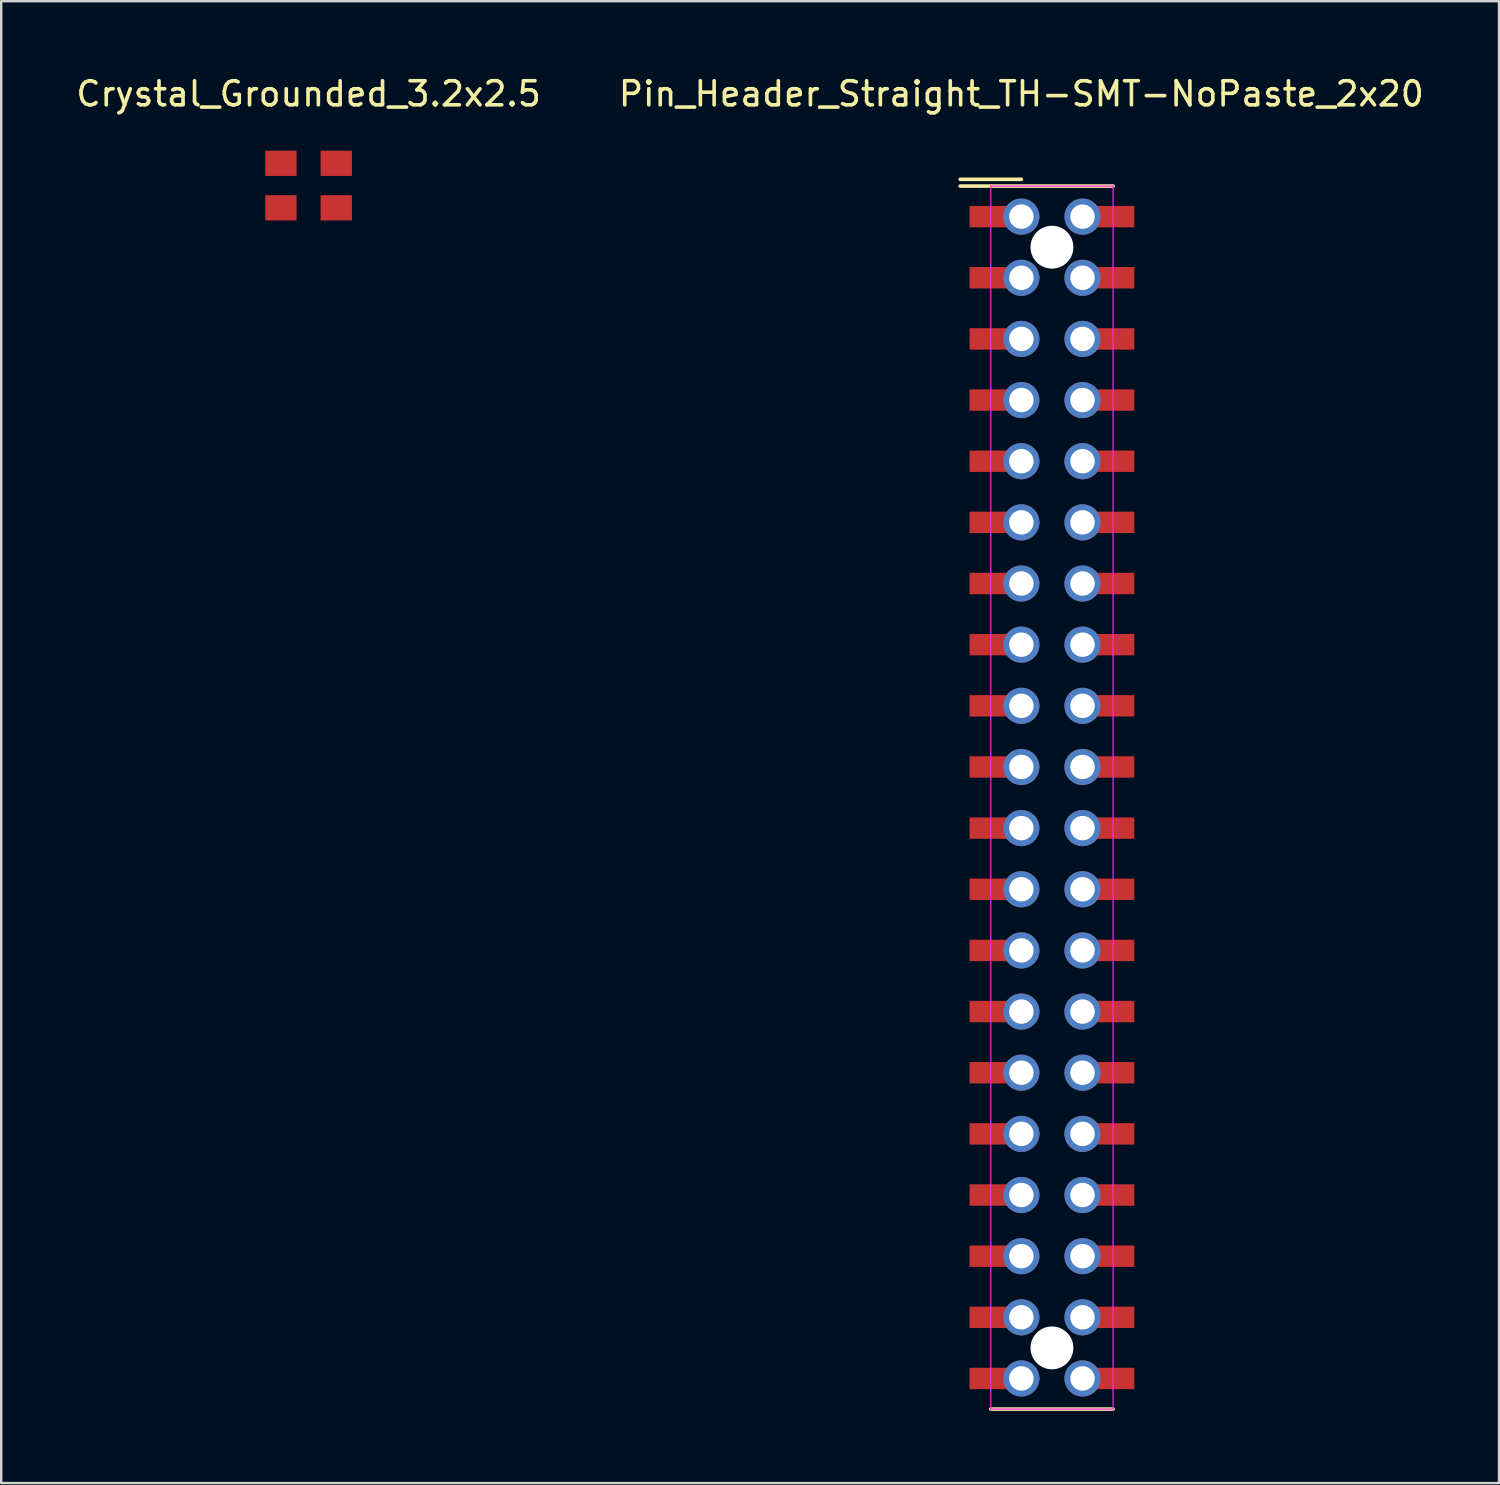
<source format=kicad_pcb>
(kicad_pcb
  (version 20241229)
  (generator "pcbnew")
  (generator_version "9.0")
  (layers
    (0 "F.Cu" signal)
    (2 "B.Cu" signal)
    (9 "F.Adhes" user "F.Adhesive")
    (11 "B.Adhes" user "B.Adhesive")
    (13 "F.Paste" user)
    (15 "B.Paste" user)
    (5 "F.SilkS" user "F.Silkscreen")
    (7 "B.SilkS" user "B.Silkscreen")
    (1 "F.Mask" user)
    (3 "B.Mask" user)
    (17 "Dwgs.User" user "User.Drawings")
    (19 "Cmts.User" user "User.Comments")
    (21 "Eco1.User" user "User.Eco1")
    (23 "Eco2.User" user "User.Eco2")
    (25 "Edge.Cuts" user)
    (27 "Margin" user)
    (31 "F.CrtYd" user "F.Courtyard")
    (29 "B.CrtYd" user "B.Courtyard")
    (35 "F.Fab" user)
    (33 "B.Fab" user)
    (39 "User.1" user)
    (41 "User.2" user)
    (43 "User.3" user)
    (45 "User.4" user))
  (footprint "Pin_Header_Straight_TH-SMT-NoPaste_2x20"
    (layer "F.Cu")
    (at 39.375 5.948)
    (property "Reference" "Pin_Header_Straight_TH-SMT-NoPaste_2x20" (at 0 -5.1 0) (layer "F.SilkS") (effects (font (size 1 1) (thickness 0.15))))
    (attr through_hole)
    (fp_line (start 0 -1.55) (end -2.54 -1.55) (stroke (width 0.15) (type solid)) (layer "F.SilkS"))
    (fp_line (start 3.81 -1.27) (end -2.54 -1.27) (stroke (width 0.15) (type solid)) (layer "F.SilkS"))
    (fp_line (start 3.81 49.53) (end -1.27 49.53) (stroke (width 0.15) (type solid)) (layer "F.SilkS"))
    (fp_line (start -1.27 -1.27) (end -1.27 49.53) (stroke (width 0.05) (type solid)) (layer "F.CrtYd"))
    (fp_line (start -1.27 -1.27) (end 3.81 -1.27) (stroke (width 0.05) (type solid)) (layer "F.CrtYd"))
    (fp_line (start -1.27 49.53) (end 3.81 49.53) (stroke (width 0.05) (type solid)) (layer "F.CrtYd"))
    (fp_line (start 3.81 -1.27) (end 3.81 49.53) (stroke (width 0.05) (type solid)) (layer "F.CrtYd"))
    (pad "" np_thru_hole circle (at 1.27 1.27) (size 1.78 1.78) (drill 1.78) (layers "*.Cu"))
    (pad "" np_thru_hole circle (at 1.27 46.99) (size 1.78 1.78) (drill 1.78) (layers "*.Cu"))
    (pad "1" smd rect (at -1.31 0) (size 1.68 0.889) (layers "F.Cu" "F.Mask"))
    (pad "1" thru_hole circle (at 0 0) (size 1.5 1.5) (drill 1.016) (layers "*.Cu" "*.Mask"))
    (pad "2" thru_hole circle (at 2.54 0) (size 1.5 1.5) (drill 1.016) (layers "*.Cu" "*.Mask"))
    (pad "2" smd rect (at 3.85 0) (size 1.68 0.889) (layers "F.Cu" "F.Mask"))
    (pad "3" smd rect (at -1.31 2.54) (size 1.68 0.889) (layers "F.Cu" "F.Mask"))
    (pad "3" thru_hole circle (at 0 2.54) (size 1.5 1.5) (drill 1.016) (layers "*.Cu" "*.Mask"))
    (pad "4" thru_hole circle (at 2.54 2.54) (size 1.5 1.5) (drill 1.016) (layers "*.Cu" "*.Mask"))
    (pad "4" smd rect (at 3.85 2.54) (size 1.68 0.889) (layers "F.Cu" "F.Mask"))
    (pad "5" smd rect (at -1.31 5.08) (size 1.68 0.889) (layers "F.Cu" "F.Mask"))
    (pad "5" thru_hole circle (at 0 5.08) (size 1.5 1.5) (drill 1.016) (layers "*.Cu" "*.Mask"))
    (pad "6" thru_hole circle (at 2.54 5.08) (size 1.5 1.5) (drill 1.016) (layers "*.Cu" "*.Mask"))
    (pad "6" smd rect (at 3.85 5.08) (size 1.68 0.889) (layers "F.Cu" "F.Mask"))
    (pad "7" smd rect (at -1.31 7.62) (size 1.68 0.889) (layers "F.Cu" "F.Mask"))
    (pad "7" thru_hole circle (at 0 7.62) (size 1.5 1.5) (drill 1.016) (layers "*.Cu" "*.Mask"))
    (pad "8" thru_hole circle (at 2.54 7.62) (size 1.5 1.5) (drill 1.016) (layers "*.Cu" "*.Mask"))
    (pad "8" smd rect (at 3.85 7.62) (size 1.68 0.889) (layers "F.Cu" "F.Mask"))
    (pad "9" smd rect (at -1.31 10.16) (size 1.68 0.889) (layers "F.Cu" "F.Mask"))
    (pad "9" thru_hole circle (at 0 10.16) (size 1.5 1.5) (drill 1.016) (layers "*.Cu" "*.Mask"))
    (pad "10" thru_hole circle (at 2.54 10.16) (size 1.5 1.5) (drill 1.016) (layers "*.Cu" "*.Mask"))
    (pad "10" smd rect (at 3.85 10.16) (size 1.68 0.889) (layers "F.Cu" "F.Mask"))
    (pad "11" smd rect (at -1.31 12.7) (size 1.68 0.889) (layers "F.Cu" "F.Mask"))
    (pad "11" thru_hole circle (at 0 12.7) (size 1.5 1.5) (drill 1.016) (layers "*.Cu" "*.Mask"))
    (pad "12" thru_hole circle (at 2.54 12.7) (size 1.5 1.5) (drill 1.016) (layers "*.Cu" "*.Mask"))
    (pad "12" smd rect (at 3.85 12.7) (size 1.68 0.889) (layers "F.Cu" "F.Mask"))
    (pad "13" smd rect (at -1.31 15.24) (size 1.68 0.889) (layers "F.Cu" "F.Mask"))
    (pad "13" thru_hole circle (at 0 15.24) (size 1.5 1.5) (drill 1.016) (layers "*.Cu" "*.Mask"))
    (pad "14" thru_hole circle (at 2.54 15.24) (size 1.5 1.5) (drill 1.016) (layers "*.Cu" "*.Mask"))
    (pad "14" smd rect (at 3.85 15.24) (size 1.68 0.889) (layers "F.Cu" "F.Mask"))
    (pad "15" smd rect (at -1.31 17.78) (size 1.68 0.889) (layers "F.Cu" "F.Mask"))
    (pad "15" thru_hole circle (at 0 17.78) (size 1.5 1.5) (drill 1.016) (layers "*.Cu" "*.Mask"))
    (pad "16" thru_hole circle (at 2.54 17.78) (size 1.5 1.5) (drill 1.016) (layers "*.Cu" "*.Mask"))
    (pad "16" smd rect (at 3.85 17.78) (size 1.68 0.889) (layers "F.Cu" "F.Mask"))
    (pad "17" smd rect (at -1.31 20.32) (size 1.68 0.889) (layers "F.Cu" "F.Mask"))
    (pad "17" thru_hole circle (at 0 20.32) (size 1.5 1.5) (drill 1.016) (layers "*.Cu" "*.Mask"))
    (pad "18" thru_hole circle (at 2.54 20.32) (size 1.5 1.5) (drill 1.016) (layers "*.Cu" "*.Mask"))
    (pad "18" smd rect (at 3.85 20.32) (size 1.68 0.889) (layers "F.Cu" "F.Mask"))
    (pad "19" smd rect (at -1.31 22.86) (size 1.68 0.889) (layers "F.Cu" "F.Mask"))
    (pad "19" thru_hole circle (at 0 22.86) (size 1.5 1.5) (drill 1.016) (layers "*.Cu" "*.Mask"))
    (pad "20" thru_hole circle (at 2.54 22.86) (size 1.5 1.5) (drill 1.016) (layers "*.Cu" "*.Mask"))
    (pad "20" smd rect (at 3.85 22.86) (size 1.68 0.889) (layers "F.Cu" "F.Mask"))
    (pad "21" smd rect (at -1.31 25.4) (size 1.68 0.889) (layers "F.Cu" "F.Mask"))
    (pad "21" thru_hole circle (at 0 25.4) (size 1.5 1.5) (drill 1.016) (layers "*.Cu" "*.Mask"))
    (pad "22" thru_hole circle (at 2.54 25.4) (size 1.5 1.5) (drill 1.016) (layers "*.Cu" "*.Mask"))
    (pad "22" smd rect (at 3.85 25.4) (size 1.68 0.889) (layers "F.Cu" "F.Mask"))
    (pad "23" smd rect (at -1.31 27.94) (size 1.68 0.889) (layers "F.Cu" "F.Mask"))
    (pad "23" thru_hole circle (at 0 27.94) (size 1.5 1.5) (drill 1.016) (layers "*.Cu" "*.Mask"))
    (pad "24" thru_hole circle (at 2.54 27.94) (size 1.5 1.5) (drill 1.016) (layers "*.Cu" "*.Mask"))
    (pad "24" smd rect (at 3.85 27.94) (size 1.68 0.889) (layers "F.Cu" "F.Mask"))
    (pad "25" smd rect (at -1.31 30.48) (size 1.68 0.889) (layers "F.Cu" "F.Mask"))
    (pad "25" thru_hole circle (at 0 30.48) (size 1.5 1.5) (drill 1.016) (layers "*.Cu" "*.Mask"))
    (pad "26" thru_hole circle (at 2.54 30.48) (size 1.5 1.5) (drill 1.016) (layers "*.Cu" "*.Mask"))
    (pad "26" smd rect (at 3.85 30.48) (size 1.68 0.889) (layers "F.Cu" "F.Mask"))
    (pad "27" smd rect (at -1.31 33.02) (size 1.68 0.889) (layers "F.Cu" "F.Mask"))
    (pad "27" thru_hole circle (at 0 33.02) (size 1.5 1.5) (drill 1.016) (layers "*.Cu" "*.Mask"))
    (pad "28" thru_hole circle (at 2.54 33.02) (size 1.5 1.5) (drill 1.016) (layers "*.Cu" "*.Mask"))
    (pad "28" smd rect (at 3.85 33.02) (size 1.68 0.889) (layers "F.Cu" "F.Mask"))
    (pad "29" smd rect (at -1.31 35.56) (size 1.68 0.889) (layers "F.Cu" "F.Mask"))
    (pad "29" thru_hole circle (at 0 35.56) (size 1.5 1.5) (drill 1.016) (layers "*.Cu" "*.Mask"))
    (pad "30" thru_hole circle (at 2.54 35.56) (size 1.5 1.5) (drill 1.016) (layers "*.Cu" "*.Mask"))
    (pad "30" smd rect (at 3.85 35.56) (size 1.68 0.889) (layers "F.Cu" "F.Mask"))
    (pad "31" smd rect (at -1.31 38.1) (size 1.68 0.889) (layers "F.Cu" "F.Mask"))
    (pad "31" thru_hole circle (at 0 38.1) (size 1.5 1.5) (drill 1.016) (layers "*.Cu" "*.Mask"))
    (pad "32" thru_hole circle (at 2.54 38.1) (size 1.5 1.5) (drill 1.016) (layers "*.Cu" "*.Mask"))
    (pad "32" smd rect (at 3.85 38.1) (size 1.68 0.889) (layers "F.Cu" "F.Mask"))
    (pad "33" smd rect (at -1.31 40.64) (size 1.68 0.889) (layers "F.Cu" "F.Mask"))
    (pad "33" thru_hole circle (at 0 40.64) (size 1.5 1.5) (drill 1.016) (layers "*.Cu" "*.Mask"))
    (pad "34" thru_hole circle (at 2.54 40.64) (size 1.5 1.5) (drill 1.016) (layers "*.Cu" "*.Mask"))
    (pad "34" smd rect (at 3.85 40.64) (size 1.68 0.889) (layers "F.Cu" "F.Mask"))
    (pad "35" smd rect (at -1.31 43.18) (size 1.68 0.889) (layers "F.Cu" "F.Mask"))
    (pad "35" thru_hole circle (at 0 43.18) (size 1.5 1.5) (drill 1.016) (layers "*.Cu" "*.Mask"))
    (pad "36" thru_hole circle (at 2.54 43.18) (size 1.5 1.5) (drill 1.016) (layers "*.Cu" "*.Mask"))
    (pad "36" smd rect (at 3.85 43.18) (size 1.68 0.889) (layers "F.Cu" "F.Mask"))
    (pad "37" smd rect (at -1.31 45.72) (size 1.68 0.889) (layers "F.Cu" "F.Mask"))
    (pad "37" thru_hole circle (at 0 45.72) (size 1.5 1.5) (drill 1.016) (layers "*.Cu" "*.Mask"))
    (pad "38" thru_hole circle (at 2.54 45.72) (size 1.5 1.5) (drill 1.016) (layers "*.Cu" "*.Mask"))
    (pad "38" smd rect (at 3.85 45.72) (size 1.68 0.889) (layers "F.Cu" "F.Mask"))
    (pad "39" smd rect (at -1.31 48.26) (size 1.68 0.889) (layers "F.Cu" "F.Mask"))
    (pad "39" thru_hole circle (at 0 48.26) (size 1.5 1.5) (drill 1.016) (layers "*.Cu" "*.Mask"))
    (pad "40" thru_hole circle (at 2.54 48.26) (size 1.5 1.5) (drill 1.016) (layers "*.Cu" "*.Mask"))
    (pad "40" smd rect (at 3.85 48.26) (size 1.68 0.889) (layers "F.Cu" "F.Mask")))
  (footprint "Crystal_Grounded_3.2x2.5"
    (layer "F.Cu")
    (at 9.768 4.658)
    (property "Reference" "Crystal_Grounded_3.2x2.5" (at 0 -3.81 0) (layer "F.SilkS") (effects (font (size 1 1) (thickness 0.15))))
    (attr smd)
    (pad "1" smd rect (at -1.15 0.925) (size 1.3 1.05) (layers "F.Cu" "F.Mask" "F.Paste"))
    (pad "2" smd rect (at 1.15 -0.925) (size 1.3 1.05) (layers "F.Cu" "F.Mask" "F.Paste"))
    (pad "3" smd rect (at -1.15 -0.925) (size 1.3 1.05) (layers "F.Cu" "F.Mask" "F.Paste"))
    (pad "3" smd rect (at 1.15 0.925) (size 1.3 1.05) (layers "F.Cu" "F.Mask" "F.Paste")))
  (gr_rect
    (start -3 -3)
    (end 59.214 58.553)
    (stroke (width 0.1) (type default))
    (fill no)
    (layer "Edge.Cuts")))
</source>
